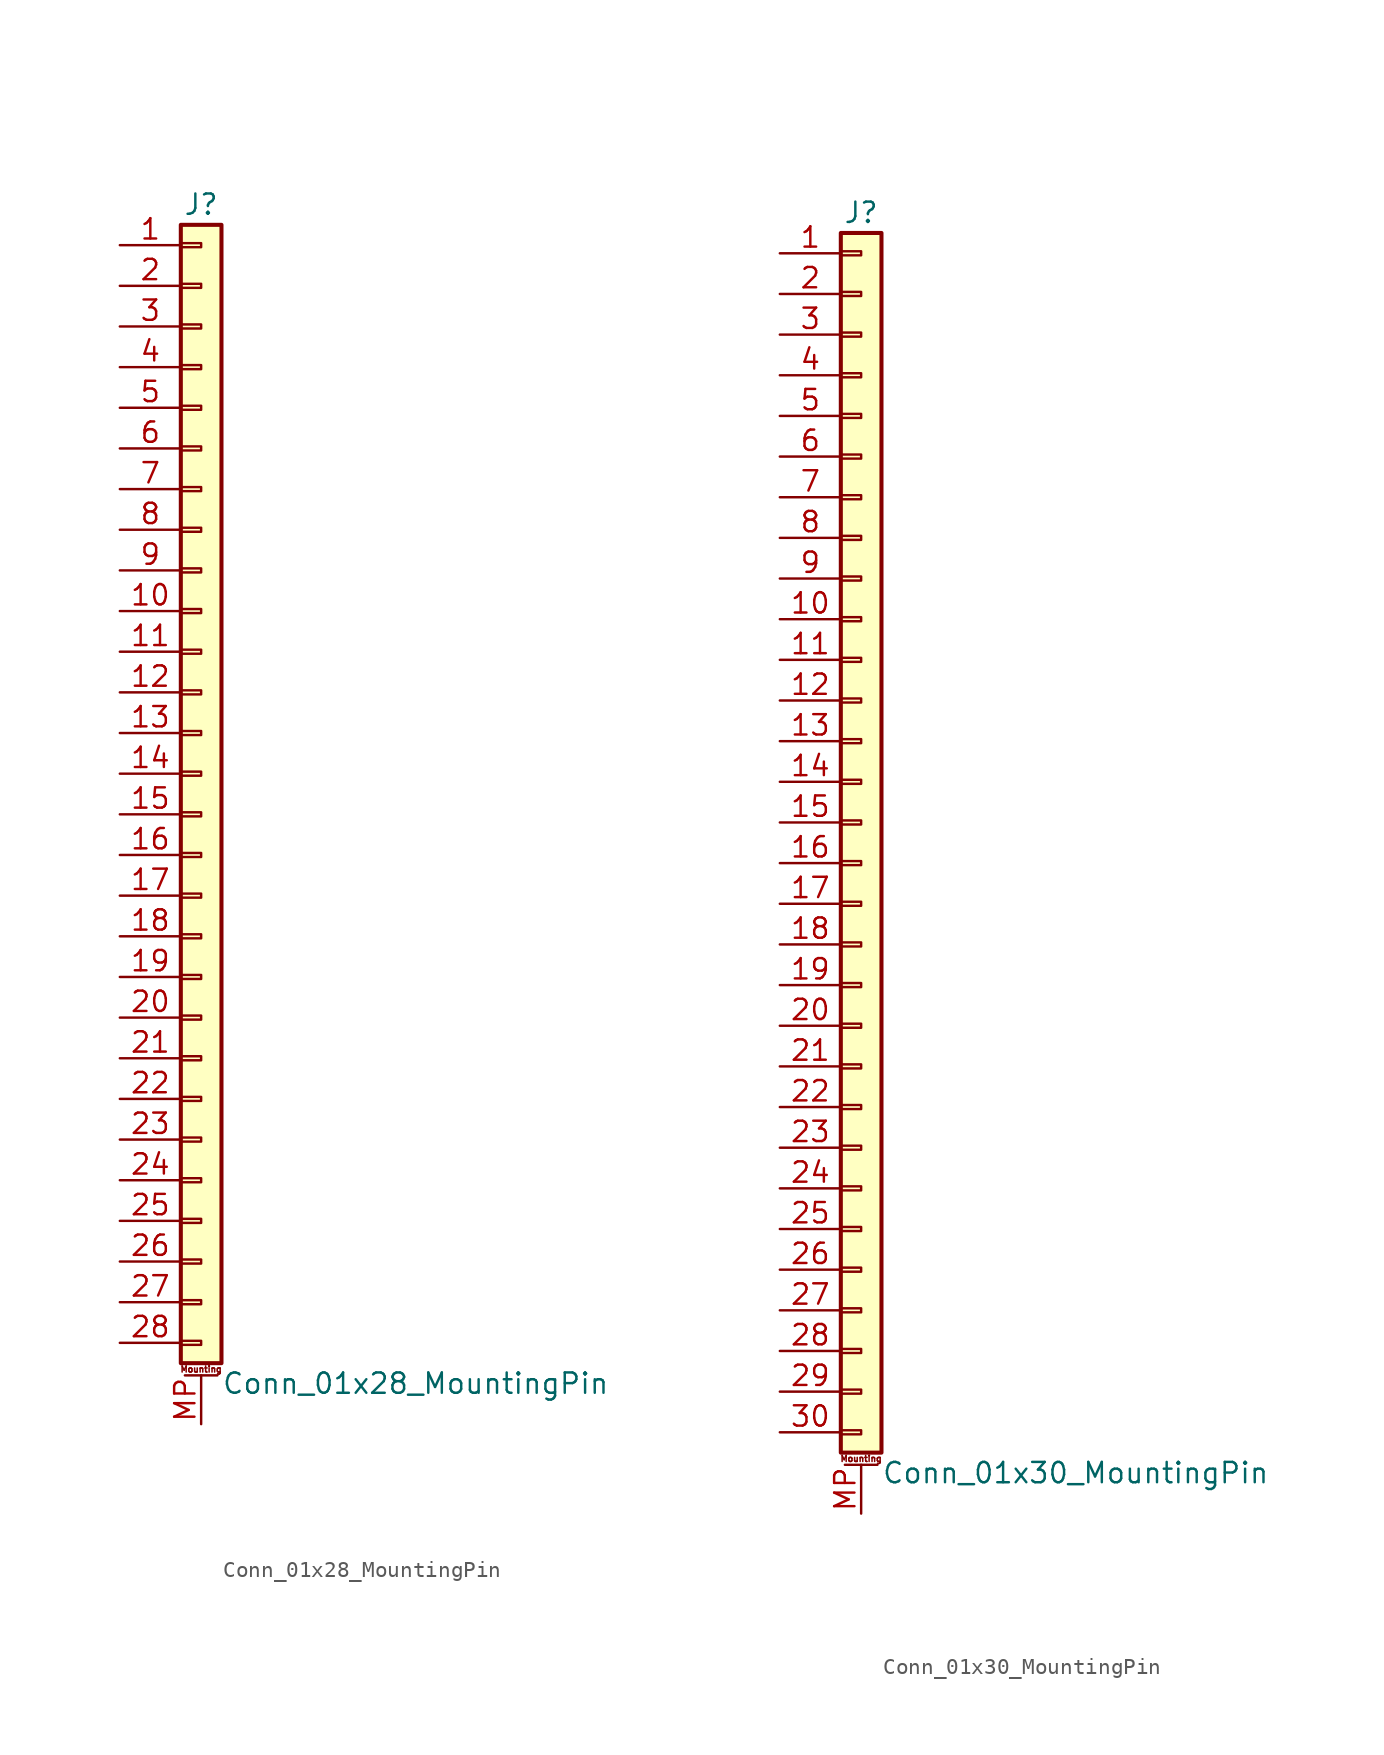
<source format=kicad_sym>
(kicad_symbol_lib
  (version 20211014)
  (generator kicad_symbol_editor)
  (symbol "Conn_01x28_MountingPin"
    (pin_names
      (offset 1.016) hide)
    (property "Reference" "J"
      (at 0 35.56 0)
      (effects (font (size 1.27 1.27))))
    (property "Value" "Conn_01x28_MountingPin"
      (at 1.27 -38.1 0)
      (effects (font (size 1.27 1.27)) (justify left)))
    (symbol "Conn_01x28_MountingPin_1_1"
      (rectangle (start -1.27 -35.433) (end 0 -35.687) (stroke (width 0.152) (type default) (color 0 0 0 0)) (fill (type none)))
      (rectangle (start -1.27 -32.893) (end 0 -33.147) (stroke (width 0.152) (type default) (color 0 0 0 0)) (fill (type none)))
      (rectangle (start -1.27 -30.353) (end 0 -30.607) (stroke (width 0.152) (type default) (color 0 0 0 0)) (fill (type none)))
      (rectangle (start -1.27 -27.813) (end 0 -28.067) (stroke (width 0.152) (type default) (color 0 0 0 0)) (fill (type none)))
      (rectangle (start -1.27 -25.273) (end 0 -25.527) (stroke (width 0.152) (type default) (color 0 0 0 0)) (fill (type none)))
      (rectangle (start -1.27 -22.733) (end 0 -22.987) (stroke (width 0.152) (type default) (color 0 0 0 0)) (fill (type none)))
      (rectangle (start -1.27 -20.193) (end 0 -20.447) (stroke (width 0.152) (type default) (color 0 0 0 0)) (fill (type none)))
      (rectangle (start -1.27 -17.653) (end 0 -17.907) (stroke (width 0.152) (type default) (color 0 0 0 0)) (fill (type none)))
      (rectangle (start -1.27 -15.113) (end 0 -15.367) (stroke (width 0.152) (type default) (color 0 0 0 0)) (fill (type none)))
      (rectangle (start -1.27 -12.573) (end 0 -12.827) (stroke (width 0.152) (type default) (color 0 0 0 0)) (fill (type none)))
      (rectangle (start -1.27 -10.033) (end 0 -10.287) (stroke (width 0.152) (type default) (color 0 0 0 0)) (fill (type none)))
      (rectangle (start -1.27 -7.493) (end 0 -7.747) (stroke (width 0.152) (type default) (color 0 0 0 0)) (fill (type none)))
      (rectangle (start -1.27 -4.953) (end 0 -5.207) (stroke (width 0.152) (type default) (color 0 0 0 0)) (fill (type none)))
      (rectangle (start -1.27 -2.413) (end 0 -2.667) (stroke (width 0.152) (type default) (color 0 0 0 0)) (fill (type none)))
      (rectangle (start -1.27 0.127) (end 0 -0.127) (stroke (width 0.152) (type default) (color 0 0 0 0)) (fill (type none)))
      (rectangle (start -1.27 2.667) (end 0 2.413) (stroke (width 0.152) (type default) (color 0 0 0 0)) (fill (type none)))
      (rectangle (start -1.27 5.207) (end 0 4.953) (stroke (width 0.152) (type default) (color 0 0 0 0)) (fill (type none)))
      (rectangle (start -1.27 7.747) (end 0 7.493) (stroke (width 0.152) (type default) (color 0 0 0 0)) (fill (type none)))
      (rectangle (start -1.27 10.287) (end 0 10.033) (stroke (width 0.152) (type default) (color 0 0 0 0)) (fill (type none)))
      (rectangle (start -1.27 12.827) (end 0 12.573) (stroke (width 0.152) (type default) (color 0 0 0 0)) (fill (type none)))
      (rectangle (start -1.27 15.367) (end 0 15.113) (stroke (width 0.152) (type default) (color 0 0 0 0)) (fill (type none)))
      (rectangle (start -1.27 17.907) (end 0 17.653) (stroke (width 0.152) (type default) (color 0 0 0 0)) (fill (type none)))
      (rectangle (start -1.27 20.447) (end 0 20.193) (stroke (width 0.152) (type default) (color 0 0 0 0)) (fill (type none)))
      (rectangle (start -1.27 22.987) (end 0 22.733) (stroke (width 0.152) (type default) (color 0 0 0 0)) (fill (type none)))
      (rectangle (start -1.27 25.527) (end 0 25.273) (stroke (width 0.152) (type default) (color 0 0 0 0)) (fill (type none)))
      (rectangle (start -1.27 28.067) (end 0 27.813) (stroke (width 0.152) (type default) (color 0 0 0 0)) (fill (type none)))
      (rectangle (start -1.27 30.607) (end 0 30.353) (stroke (width 0.152) (type default) (color 0 0 0 0)) (fill (type none)))
      (rectangle (start -1.27 33.147) (end 0 32.893) (stroke (width 0.152) (type default) (color 0 0 0 0)) (fill (type none)))
      (rectangle (start -1.27 34.29) (end 1.27 -36.83) (stroke (width 0.254) (type default) (color 0 0 0 0)) (fill (type background)))
      (polyline (pts (xy -1.016 -37.592) (xy 1.016 -37.592)) (stroke (width 0.152) (type default) (color 0 0 0 0)) (fill (type none)))
      (text "Mounting" (at 0 -37.211 0) (effects (font (size 0.381 0.381))))
      (pin passive line (at -5.08 33.02 0) (length 3.81) (name "Pin_1" (effects (font (size 1.27 1.27)))) (number "1" (effects (font (size 1.27 1.27)))))
      (pin passive line (at -5.08 10.16 0) (length 3.81) (name "Pin_10" (effects (font (size 1.27 1.27)))) (number "10" (effects (font (size 1.27 1.27)))))
      (pin passive line (at -5.08 7.62 0) (length 3.81) (name "Pin_11" (effects (font (size 1.27 1.27)))) (number "11" (effects (font (size 1.27 1.27)))))
      (pin passive line (at -5.08 5.08 0) (length 3.81) (name "Pin_12" (effects (font (size 1.27 1.27)))) (number "12" (effects (font (size 1.27 1.27)))))
      (pin passive line (at -5.08 2.54 0) (length 3.81) (name "Pin_13" (effects (font (size 1.27 1.27)))) (number "13" (effects (font (size 1.27 1.27)))))
      (pin passive line (at -5.08 0 0) (length 3.81) (name "Pin_14" (effects (font (size 1.27 1.27)))) (number "14" (effects (font (size 1.27 1.27)))))
      (pin passive line (at -5.08 -2.54 0) (length 3.81) (name "Pin_15" (effects (font (size 1.27 1.27)))) (number "15" (effects (font (size 1.27 1.27)))))
      (pin passive line (at -5.08 -5.08 0) (length 3.81) (name "Pin_16" (effects (font (size 1.27 1.27)))) (number "16" (effects (font (size 1.27 1.27)))))
      (pin passive line (at -5.08 -7.62 0) (length 3.81) (name "Pin_17" (effects (font (size 1.27 1.27)))) (number "17" (effects (font (size 1.27 1.27)))))
      (pin passive line (at -5.08 -10.16 0) (length 3.81) (name "Pin_18" (effects (font (size 1.27 1.27)))) (number "18" (effects (font (size 1.27 1.27)))))
      (pin passive line (at -5.08 -12.7 0) (length 3.81) (name "Pin_19" (effects (font (size 1.27 1.27)))) (number "19" (effects (font (size 1.27 1.27)))))
      (pin passive line (at -5.08 30.48 0) (length 3.81) (name "Pin_2" (effects (font (size 1.27 1.27)))) (number "2" (effects (font (size 1.27 1.27)))))
      (pin passive line (at -5.08 -15.24 0) (length 3.81) (name "Pin_20" (effects (font (size 1.27 1.27)))) (number "20" (effects (font (size 1.27 1.27)))))
      (pin passive line (at -5.08 -17.78 0) (length 3.81) (name "Pin_21" (effects (font (size 1.27 1.27)))) (number "21" (effects (font (size 1.27 1.27)))))
      (pin passive line (at -5.08 -20.32 0) (length 3.81) (name "Pin_22" (effects (font (size 1.27 1.27)))) (number "22" (effects (font (size 1.27 1.27)))))
      (pin passive line (at -5.08 -22.86 0) (length 3.81) (name "Pin_23" (effects (font (size 1.27 1.27)))) (number "23" (effects (font (size 1.27 1.27)))))
      (pin passive line (at -5.08 -25.4 0) (length 3.81) (name "Pin_24" (effects (font (size 1.27 1.27)))) (number "24" (effects (font (size 1.27 1.27)))))
      (pin passive line (at -5.08 -27.94 0) (length 3.81) (name "Pin_25" (effects (font (size 1.27 1.27)))) (number "25" (effects (font (size 1.27 1.27)))))
      (pin passive line (at -5.08 -30.48 0) (length 3.81) (name "Pin_26" (effects (font (size 1.27 1.27)))) (number "26" (effects (font (size 1.27 1.27)))))
      (pin passive line (at -5.08 -33.02 0) (length 3.81) (name "Pin_27" (effects (font (size 1.27 1.27)))) (number "27" (effects (font (size 1.27 1.27)))))
      (pin passive line (at -5.08 -35.56 0) (length 3.81) (name "Pin_28" (effects (font (size 1.27 1.27)))) (number "28" (effects (font (size 1.27 1.27)))))
      (pin passive line (at -5.08 27.94 0) (length 3.81) (name "Pin_3" (effects (font (size 1.27 1.27)))) (number "3" (effects (font (size 1.27 1.27)))))
      (pin passive line (at -5.08 25.4 0) (length 3.81) (name "Pin_4" (effects (font (size 1.27 1.27)))) (number "4" (effects (font (size 1.27 1.27)))))
      (pin passive line (at -5.08 22.86 0) (length 3.81) (name "Pin_5" (effects (font (size 1.27 1.27)))) (number "5" (effects (font (size 1.27 1.27)))))
      (pin passive line (at -5.08 20.32 0) (length 3.81) (name "Pin_6" (effects (font (size 1.27 1.27)))) (number "6" (effects (font (size 1.27 1.27)))))
      (pin passive line (at -5.08 17.78 0) (length 3.81) (name "Pin_7" (effects (font (size 1.27 1.27)))) (number "7" (effects (font (size 1.27 1.27)))))
      (pin passive line (at -5.08 15.24 0) (length 3.81) (name "Pin_8" (effects (font (size 1.27 1.27)))) (number "8" (effects (font (size 1.27 1.27)))))
      (pin passive line (at -5.08 12.7 0) (length 3.81) (name "Pin_9" (effects (font (size 1.27 1.27)))) (number "9" (effects (font (size 1.27 1.27)))))
      (pin passive line (at 0 -40.64 90) (length 3.048) (name "MountPin" (effects (font (size 1.27 1.27)))) (number "MP" (effects (font (size 1.27 1.27)))))))
  (symbol "Conn_01x30_MountingPin"
    (pin_names
      (offset 1.016) hide)
    (property "Reference" "J"
      (at 0 38.1 0)
      (effects (font (size 1.27 1.27))))
    (property "Value" "Conn_01x30_MountingPin"
      (at 1.27 -40.64 0)
      (effects (font (size 1.27 1.27)) (justify left)))
    (symbol "Conn_01x30_MountingPin_1_1"
      (rectangle (start -1.27 -37.973) (end 0 -38.227) (stroke (width 0.152) (type default) (color 0 0 0 0)) (fill (type none)))
      (rectangle (start -1.27 -35.433) (end 0 -35.687) (stroke (width 0.152) (type default) (color 0 0 0 0)) (fill (type none)))
      (rectangle (start -1.27 -32.893) (end 0 -33.147) (stroke (width 0.152) (type default) (color 0 0 0 0)) (fill (type none)))
      (rectangle (start -1.27 -30.353) (end 0 -30.607) (stroke (width 0.152) (type default) (color 0 0 0 0)) (fill (type none)))
      (rectangle (start -1.27 -27.813) (end 0 -28.067) (stroke (width 0.152) (type default) (color 0 0 0 0)) (fill (type none)))
      (rectangle (start -1.27 -25.273) (end 0 -25.527) (stroke (width 0.152) (type default) (color 0 0 0 0)) (fill (type none)))
      (rectangle (start -1.27 -22.733) (end 0 -22.987) (stroke (width 0.152) (type default) (color 0 0 0 0)) (fill (type none)))
      (rectangle (start -1.27 -20.193) (end 0 -20.447) (stroke (width 0.152) (type default) (color 0 0 0 0)) (fill (type none)))
      (rectangle (start -1.27 -17.653) (end 0 -17.907) (stroke (width 0.152) (type default) (color 0 0 0 0)) (fill (type none)))
      (rectangle (start -1.27 -15.113) (end 0 -15.367) (stroke (width 0.152) (type default) (color 0 0 0 0)) (fill (type none)))
      (rectangle (start -1.27 -12.573) (end 0 -12.827) (stroke (width 0.152) (type default) (color 0 0 0 0)) (fill (type none)))
      (rectangle (start -1.27 -10.033) (end 0 -10.287) (stroke (width 0.152) (type default) (color 0 0 0 0)) (fill (type none)))
      (rectangle (start -1.27 -7.493) (end 0 -7.747) (stroke (width 0.152) (type default) (color 0 0 0 0)) (fill (type none)))
      (rectangle (start -1.27 -4.953) (end 0 -5.207) (stroke (width 0.152) (type default) (color 0 0 0 0)) (fill (type none)))
      (rectangle (start -1.27 -2.413) (end 0 -2.667) (stroke (width 0.152) (type default) (color 0 0 0 0)) (fill (type none)))
      (rectangle (start -1.27 0.127) (end 0 -0.127) (stroke (width 0.152) (type default) (color 0 0 0 0)) (fill (type none)))
      (rectangle (start -1.27 2.667) (end 0 2.413) (stroke (width 0.152) (type default) (color 0 0 0 0)) (fill (type none)))
      (rectangle (start -1.27 5.207) (end 0 4.953) (stroke (width 0.152) (type default) (color 0 0 0 0)) (fill (type none)))
      (rectangle (start -1.27 7.747) (end 0 7.493) (stroke (width 0.152) (type default) (color 0 0 0 0)) (fill (type none)))
      (rectangle (start -1.27 10.287) (end 0 10.033) (stroke (width 0.152) (type default) (color 0 0 0 0)) (fill (type none)))
      (rectangle (start -1.27 12.827) (end 0 12.573) (stroke (width 0.152) (type default) (color 0 0 0 0)) (fill (type none)))
      (rectangle (start -1.27 15.367) (end 0 15.113) (stroke (width 0.152) (type default) (color 0 0 0 0)) (fill (type none)))
      (rectangle (start -1.27 17.907) (end 0 17.653) (stroke (width 0.152) (type default) (color 0 0 0 0)) (fill (type none)))
      (rectangle (start -1.27 20.447) (end 0 20.193) (stroke (width 0.152) (type default) (color 0 0 0 0)) (fill (type none)))
      (rectangle (start -1.27 22.987) (end 0 22.733) (stroke (width 0.152) (type default) (color 0 0 0 0)) (fill (type none)))
      (rectangle (start -1.27 25.527) (end 0 25.273) (stroke (width 0.152) (type default) (color 0 0 0 0)) (fill (type none)))
      (rectangle (start -1.27 28.067) (end 0 27.813) (stroke (width 0.152) (type default) (color 0 0 0 0)) (fill (type none)))
      (rectangle (start -1.27 30.607) (end 0 30.353) (stroke (width 0.152) (type default) (color 0 0 0 0)) (fill (type none)))
      (rectangle (start -1.27 33.147) (end 0 32.893) (stroke (width 0.152) (type default) (color 0 0 0 0)) (fill (type none)))
      (rectangle (start -1.27 35.687) (end 0 35.433) (stroke (width 0.152) (type default) (color 0 0 0 0)) (fill (type none)))
      (rectangle (start -1.27 36.83) (end 1.27 -39.37) (stroke (width 0.254) (type default) (color 0 0 0 0)) (fill (type background)))
      (polyline (pts (xy -1.016 -40.132) (xy 1.016 -40.132)) (stroke (width 0.152) (type default) (color 0 0 0 0)) (fill (type none)))
      (text "Mounting" (at 0 -39.751 0) (effects (font (size 0.381 0.381))))
      (pin passive line (at -5.08 35.56 0) (length 3.81) (name "Pin_1" (effects (font (size 1.27 1.27)))) (number "1" (effects (font (size 1.27 1.27)))))
      (pin passive line (at -5.08 12.7 0) (length 3.81) (name "Pin_10" (effects (font (size 1.27 1.27)))) (number "10" (effects (font (size 1.27 1.27)))))
      (pin passive line (at -5.08 10.16 0) (length 3.81) (name "Pin_11" (effects (font (size 1.27 1.27)))) (number "11" (effects (font (size 1.27 1.27)))))
      (pin passive line (at -5.08 7.62 0) (length 3.81) (name "Pin_12" (effects (font (size 1.27 1.27)))) (number "12" (effects (font (size 1.27 1.27)))))
      (pin passive line (at -5.08 5.08 0) (length 3.81) (name "Pin_13" (effects (font (size 1.27 1.27)))) (number "13" (effects (font (size 1.27 1.27)))))
      (pin passive line (at -5.08 2.54 0) (length 3.81) (name "Pin_14" (effects (font (size 1.27 1.27)))) (number "14" (effects (font (size 1.27 1.27)))))
      (pin passive line (at -5.08 0 0) (length 3.81) (name "Pin_15" (effects (font (size 1.27 1.27)))) (number "15" (effects (font (size 1.27 1.27)))))
      (pin passive line (at -5.08 -2.54 0) (length 3.81) (name "Pin_16" (effects (font (size 1.27 1.27)))) (number "16" (effects (font (size 1.27 1.27)))))
      (pin passive line (at -5.08 -5.08 0) (length 3.81) (name "Pin_17" (effects (font (size 1.27 1.27)))) (number "17" (effects (font (size 1.27 1.27)))))
      (pin passive line (at -5.08 -7.62 0) (length 3.81) (name "Pin_18" (effects (font (size 1.27 1.27)))) (number "18" (effects (font (size 1.27 1.27)))))
      (pin passive line (at -5.08 -10.16 0) (length 3.81) (name "Pin_19" (effects (font (size 1.27 1.27)))) (number "19" (effects (font (size 1.27 1.27)))))
      (pin passive line (at -5.08 33.02 0) (length 3.81) (name "Pin_2" (effects (font (size 1.27 1.27)))) (number "2" (effects (font (size 1.27 1.27)))))
      (pin passive line (at -5.08 -12.7 0) (length 3.81) (name "Pin_20" (effects (font (size 1.27 1.27)))) (number "20" (effects (font (size 1.27 1.27)))))
      (pin passive line (at -5.08 -15.24 0) (length 3.81) (name "Pin_21" (effects (font (size 1.27 1.27)))) (number "21" (effects (font (size 1.27 1.27)))))
      (pin passive line (at -5.08 -17.78 0) (length 3.81) (name "Pin_22" (effects (font (size 1.27 1.27)))) (number "22" (effects (font (size 1.27 1.27)))))
      (pin passive line (at -5.08 -20.32 0) (length 3.81) (name "Pin_23" (effects (font (size 1.27 1.27)))) (number "23" (effects (font (size 1.27 1.27)))))
      (pin passive line (at -5.08 -22.86 0) (length 3.81) (name "Pin_24" (effects (font (size 1.27 1.27)))) (number "24" (effects (font (size 1.27 1.27)))))
      (pin passive line (at -5.08 -25.4 0) (length 3.81) (name "Pin_25" (effects (font (size 1.27 1.27)))) (number "25" (effects (font (size 1.27 1.27)))))
      (pin passive line (at -5.08 -27.94 0) (length 3.81) (name "Pin_26" (effects (font (size 1.27 1.27)))) (number "26" (effects (font (size 1.27 1.27)))))
      (pin passive line (at -5.08 -30.48 0) (length 3.81) (name "Pin_27" (effects (font (size 1.27 1.27)))) (number "27" (effects (font (size 1.27 1.27)))))
      (pin passive line (at -5.08 -33.02 0) (length 3.81) (name "Pin_28" (effects (font (size 1.27 1.27)))) (number "28" (effects (font (size 1.27 1.27)))))
      (pin passive line (at -5.08 -35.56 0) (length 3.81) (name "Pin_29" (effects (font (size 1.27 1.27)))) (number "29" (effects (font (size 1.27 1.27)))))
      (pin passive line (at -5.08 30.48 0) (length 3.81) (name "Pin_3" (effects (font (size 1.27 1.27)))) (number "3" (effects (font (size 1.27 1.27)))))
      (pin passive line (at -5.08 -38.1 0) (length 3.81) (name "Pin_30" (effects (font (size 1.27 1.27)))) (number "30" (effects (font (size 1.27 1.27)))))
      (pin passive line (at -5.08 27.94 0) (length 3.81) (name "Pin_4" (effects (font (size 1.27 1.27)))) (number "4" (effects (font (size 1.27 1.27)))))
      (pin passive line (at -5.08 25.4 0) (length 3.81) (name "Pin_5" (effects (font (size 1.27 1.27)))) (number "5" (effects (font (size 1.27 1.27)))))
      (pin passive line (at -5.08 22.86 0) (length 3.81) (name "Pin_6" (effects (font (size 1.27 1.27)))) (number "6" (effects (font (size 1.27 1.27)))))
      (pin passive line (at -5.08 20.32 0) (length 3.81) (name "Pin_7" (effects (font (size 1.27 1.27)))) (number "7" (effects (font (size 1.27 1.27)))))
      (pin passive line (at -5.08 17.78 0) (length 3.81) (name "Pin_8" (effects (font (size 1.27 1.27)))) (number "8" (effects (font (size 1.27 1.27)))))
      (pin passive line (at -5.08 15.24 0) (length 3.81) (name "Pin_9" (effects (font (size 1.27 1.27)))) (number "9" (effects (font (size 1.27 1.27)))))
      (pin passive line (at 0 -43.18 90) (length 3.048) (name "MountPin" (effects (font (size 1.27 1.27)))) (number "MP" (effects (font (size 1.27 1.27))))))))
</source>
